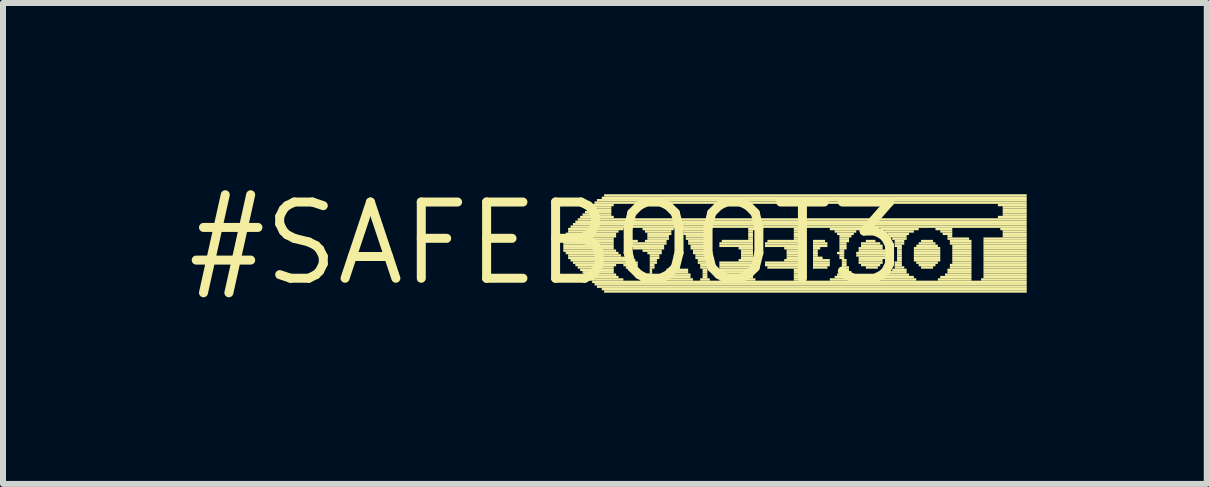
<source format=kicad_pcb>
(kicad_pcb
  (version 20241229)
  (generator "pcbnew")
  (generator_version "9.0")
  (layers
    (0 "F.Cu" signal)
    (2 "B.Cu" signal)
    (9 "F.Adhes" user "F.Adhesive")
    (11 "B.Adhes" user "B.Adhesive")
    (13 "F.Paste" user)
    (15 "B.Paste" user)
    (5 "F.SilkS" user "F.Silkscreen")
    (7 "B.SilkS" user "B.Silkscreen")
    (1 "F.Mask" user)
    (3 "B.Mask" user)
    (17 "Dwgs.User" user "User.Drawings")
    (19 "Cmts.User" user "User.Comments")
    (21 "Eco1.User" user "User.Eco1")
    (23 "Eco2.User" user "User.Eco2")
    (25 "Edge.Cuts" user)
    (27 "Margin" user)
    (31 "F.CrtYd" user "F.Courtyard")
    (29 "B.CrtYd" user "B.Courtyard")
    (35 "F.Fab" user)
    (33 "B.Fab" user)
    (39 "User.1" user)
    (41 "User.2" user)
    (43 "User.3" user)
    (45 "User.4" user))
  (footprint "#SAFEBOOT3"
    (layer "F.Cu")
    (at 6.055 1.006)
    (property "Reference" "#SAFEBOOT3" (at 0 0 0) (layer "F.SilkS") (effects (font (size 1.27 1.27) (thickness 0.15))))
    (attr through_hole)
    (fp_poly (pts (xy 0.28 -0.1) (xy 1.16 -0.1) (xy 1.16 -0.14) (xy 0.28 -0.14)) (stroke (width 0) (type solid)) (fill yes) (layer "F.SilkS"))
    (fp_poly (pts (xy 0.28 -0.06) (xy 1.12 -0.06) (xy 1.12 -0.1) (xy 0.28 -0.1)) (stroke (width 0) (type solid)) (fill yes) (layer "F.SilkS"))
    (fp_poly (pts (xy 0.28 -0.02) (xy 1.12 -0.02) (xy 1.12 -0.06) (xy 0.28 -0.06)) (stroke (width 0) (type solid)) (fill yes) (layer "F.SilkS"))
    (fp_poly (pts (xy 0.28 0.02) (xy 1.12 0.02) (xy 1.12 -0.02) (xy 0.28 -0.02)) (stroke (width 0) (type solid)) (fill yes) (layer "F.SilkS"))
    (fp_poly (pts (xy 0.28 0.06) (xy 1.12 0.06) (xy 1.12 0.02) (xy 0.28 0.02)) (stroke (width 0) (type solid)) (fill yes) (layer "F.SilkS"))
    (fp_poly (pts (xy 0.28 0.1) (xy 1.12 0.1) (xy 1.12 0.06) (xy 0.28 0.06)) (stroke (width 0) (type solid)) (fill yes) (layer "F.SilkS"))
    (fp_poly (pts (xy 0.28 0.14) (xy 1.16 0.14) (xy 1.16 0.1) (xy 0.28 0.1)) (stroke (width 0) (type solid)) (fill yes) (layer "F.SilkS"))
    (fp_poly (pts (xy 0.32 -0.14) (xy 1.16 -0.14) (xy 1.16 -0.18) (xy 0.32 -0.18)) (stroke (width 0) (type solid)) (fill yes) (layer "F.SilkS"))
    (fp_poly (pts (xy 0.32 0.18) (xy 1.2 0.18) (xy 1.2 0.14) (xy 0.32 0.14)) (stroke (width 0) (type solid)) (fill yes) (layer "F.SilkS"))
    (fp_poly (pts (xy 0.36 -0.22) (xy 1.28 -0.22) (xy 1.28 -0.26) (xy 0.36 -0.26)) (stroke (width 0) (type solid)) (fill yes) (layer "F.SilkS"))
    (fp_poly (pts (xy 0.36 -0.18) (xy 1.2 -0.18) (xy 1.2 -0.22) (xy 0.36 -0.22)) (stroke (width 0) (type solid)) (fill yes) (layer "F.SilkS"))
    (fp_poly (pts (xy 0.36 0.22) (xy 1.24 0.22) (xy 1.24 0.18) (xy 0.36 0.18)) (stroke (width 0) (type solid)) (fill yes) (layer "F.SilkS"))
    (fp_poly (pts (xy 0.36 0.26) (xy 1.32 0.26) (xy 1.32 0.22) (xy 0.36 0.22)) (stroke (width 0) (type solid)) (fill yes) (layer "F.SilkS"))
    (fp_poly (pts (xy 0.4 -0.26) (xy 8 -0.26) (xy 8 -0.3) (xy 0.4 -0.3)) (stroke (width 0) (type solid)) (fill yes) (layer "F.SilkS"))
    (fp_poly (pts (xy 0.4 0.3) (xy 1.48 0.3) (xy 1.48 0.26) (xy 0.4 0.26)) (stroke (width 0) (type solid)) (fill yes) (layer "F.SilkS"))
    (fp_poly (pts (xy 0.44 -0.3) (xy 8 -0.3) (xy 8 -0.34) (xy 0.44 -0.34)) (stroke (width 0) (type solid)) (fill yes) (layer "F.SilkS"))
    (fp_poly (pts (xy 0.44 0.34) (xy 1.52 0.34) (xy 1.52 0.3) (xy 0.44 0.3)) (stroke (width 0) (type solid)) (fill yes) (layer "F.SilkS"))
    (fp_poly (pts (xy 0.48 -0.34) (xy 8 -0.34) (xy 8 -0.38) (xy 0.48 -0.38)) (stroke (width 0) (type solid)) (fill yes) (layer "F.SilkS"))
    (fp_poly (pts (xy 0.48 0.38) (xy 1.16 0.38) (xy 1.16 0.34) (xy 0.48 0.34)) (stroke (width 0) (type solid)) (fill yes) (layer "F.SilkS"))
    (fp_poly (pts (xy 0.52 -0.38) (xy 8 -0.38) (xy 8 -0.42) (xy 0.52 -0.42)) (stroke (width 0) (type solid)) (fill yes) (layer "F.SilkS"))
    (fp_poly (pts (xy 0.52 0.42) (xy 1.12 0.42) (xy 1.12 0.38) (xy 0.52 0.38)) (stroke (width 0) (type solid)) (fill yes) (layer "F.SilkS"))
    (fp_poly (pts (xy 0.56 -0.42) (xy 1.12 -0.42) (xy 1.12 -0.46) (xy 0.56 -0.46)) (stroke (width 0) (type solid)) (fill yes) (layer "F.SilkS"))
    (fp_poly (pts (xy 0.56 0.46) (xy 1.12 0.46) (xy 1.12 0.42) (xy 0.56 0.42)) (stroke (width 0) (type solid)) (fill yes) (layer "F.SilkS"))
    (fp_poly (pts (xy 0.6 -0.46) (xy 1.08 -0.46) (xy 1.08 -0.5) (xy 0.6 -0.5)) (stroke (width 0) (type solid)) (fill yes) (layer "F.SilkS"))
    (fp_poly (pts (xy 0.6 0.5) (xy 1.12 0.5) (xy 1.12 0.46) (xy 0.6 0.46)) (stroke (width 0) (type solid)) (fill yes) (layer "F.SilkS"))
    (fp_poly (pts (xy 0.64 -0.5) (xy 1.08 -0.5) (xy 1.08 -0.54) (xy 0.64 -0.54)) (stroke (width 0) (type solid)) (fill yes) (layer "F.SilkS"))
    (fp_poly (pts (xy 0.64 0.54) (xy 1.16 0.54) (xy 1.16 0.5) (xy 0.64 0.5)) (stroke (width 0) (type solid)) (fill yes) (layer "F.SilkS"))
    (fp_poly (pts (xy 0.68 -0.54) (xy 1.08 -0.54) (xy 1.08 -0.58) (xy 0.68 -0.58)) (stroke (width 0) (type solid)) (fill yes) (layer "F.SilkS"))
    (fp_poly (pts (xy 0.68 0.58) (xy 1.2 0.58) (xy 1.2 0.54) (xy 0.68 0.54)) (stroke (width 0) (type solid)) (fill yes) (layer "F.SilkS"))
    (fp_poly (pts (xy 0.72 -0.58) (xy 1.08 -0.58) (xy 1.08 -0.62) (xy 0.72 -0.62)) (stroke (width 0) (type solid)) (fill yes) (layer "F.SilkS"))
    (fp_poly (pts (xy 0.72 0.62) (xy 1.28 0.62) (xy 1.28 0.58) (xy 0.72 0.58)) (stroke (width 0) (type solid)) (fill yes) (layer "F.SilkS"))
    (fp_poly (pts (xy 0.76 -0.62) (xy 1.12 -0.62) (xy 1.12 -0.66) (xy 0.76 -0.66)) (stroke (width 0) (type solid)) (fill yes) (layer "F.SilkS"))
    (fp_poly (pts (xy 0.76 0.66) (xy 8 0.66) (xy 8 0.62) (xy 0.76 0.62)) (stroke (width 0) (type solid)) (fill yes) (layer "F.SilkS"))
    (fp_poly (pts (xy 0.8 -0.66) (xy 8 -0.66) (xy 8 -0.7) (xy 0.8 -0.7)) (stroke (width 0) (type solid)) (fill yes) (layer "F.SilkS"))
    (fp_poly (pts (xy 0.8 0.7) (xy 8 0.7) (xy 8 0.66) (xy 0.8 0.66)) (stroke (width 0) (type solid)) (fill yes) (layer "F.SilkS"))
    (fp_poly (pts (xy 0.84 -0.7) (xy 8 -0.7) (xy 8 -0.74) (xy 0.84 -0.74)) (stroke (width 0) (type solid)) (fill yes) (layer "F.SilkS"))
    (fp_poly (pts (xy 0.84 0.74) (xy 8 0.74) (xy 8 0.7) (xy 0.84 0.7)) (stroke (width 0) (type solid)) (fill yes) (layer "F.SilkS"))
    (fp_poly (pts (xy 0.92 -0.74) (xy 8 -0.74) (xy 8 -0.78) (xy 0.92 -0.78)) (stroke (width 0) (type solid)) (fill yes) (layer "F.SilkS"))
    (fp_poly (pts (xy 0.92 0.78) (xy 8 0.78) (xy 8 0.74) (xy 0.92 0.74)) (stroke (width 0) (type solid)) (fill yes) (layer "F.SilkS"))
    (fp_poly (pts (xy 0.96 -0.78) (xy 8 -0.78) (xy 8 -0.82) (xy 0.96 -0.82)) (stroke (width 0) (type solid)) (fill yes) (layer "F.SilkS"))
    (fp_poly (pts (xy 0.96 0.82) (xy 8 0.82) (xy 8 0.78) (xy 0.96 0.78)) (stroke (width 0) (type solid)) (fill yes) (layer "F.SilkS"))
    (fp_poly (pts (xy 1.28 0.38) (xy 1.52 0.38) (xy 1.52 0.34) (xy 1.28 0.34)) (stroke (width 0) (type solid)) (fill yes) (layer "F.SilkS"))
    (fp_poly (pts (xy 1.32 -0.02) (xy 1.52 -0.02) (xy 1.52 -0.06) (xy 1.32 -0.06)) (stroke (width 0) (type solid)) (fill yes) (layer "F.SilkS"))
    (fp_poly (pts (xy 1.32 0.02) (xy 2 0.02) (xy 2 -0.02) (xy 1.32 -0.02)) (stroke (width 0) (type solid)) (fill yes) (layer "F.SilkS"))
    (fp_poly (pts (xy 1.32 0.42) (xy 1.52 0.42) (xy 1.52 0.38) (xy 1.32 0.38)) (stroke (width 0) (type solid)) (fill yes) (layer "F.SilkS"))
    (fp_poly (pts (xy 1.36 0.06) (xy 1.96 0.06) (xy 1.96 0.02) (xy 1.36 0.02)) (stroke (width 0) (type solid)) (fill yes) (layer "F.SilkS"))
    (fp_poly (pts (xy 1.44 0.1) (xy 1.96 0.1) (xy 1.96 0.06) (xy 1.44 0.06)) (stroke (width 0) (type solid)) (fill yes) (layer "F.SilkS"))
    (fp_poly (pts (xy 1.56 0.62) (xy 1.8 0.62) (xy 1.8 0.58) (xy 1.56 0.58)) (stroke (width 0) (type solid)) (fill yes) (layer "F.SilkS"))
    (fp_poly (pts (xy 1.6 -0.22) (xy 2.12 -0.22) (xy 2.12 -0.26) (xy 1.6 -0.26)) (stroke (width 0) (type solid)) (fill yes) (layer "F.SilkS"))
    (fp_poly (pts (xy 1.6 0.14) (xy 1.92 0.14) (xy 1.92 0.1) (xy 1.6 0.1)) (stroke (width 0) (type solid)) (fill yes) (layer "F.SilkS"))
    (fp_poly (pts (xy 1.64 -0.18) (xy 2.08 -0.18) (xy 2.08 -0.22) (xy 1.64 -0.22)) (stroke (width 0) (type solid)) (fill yes) (layer "F.SilkS"))
    (fp_poly (pts (xy 1.64 -0.02) (xy 2 -0.02) (xy 2 -0.06) (xy 1.64 -0.06)) (stroke (width 0) (type solid)) (fill yes) (layer "F.SilkS"))
    (fp_poly (pts (xy 1.64 0.58) (xy 1.76 0.58) (xy 1.76 0.54) (xy 1.64 0.54)) (stroke (width 0) (type solid)) (fill yes) (layer "F.SilkS"))
    (fp_poly (pts (xy 1.68 -0.14) (xy 2.08 -0.14) (xy 2.08 -0.18) (xy 1.68 -0.18)) (stroke (width 0) (type solid)) (fill yes) (layer "F.SilkS"))
    (fp_poly (pts (xy 1.68 -0.1) (xy 2.04 -0.1) (xy 2.04 -0.14) (xy 1.68 -0.14)) (stroke (width 0) (type solid)) (fill yes) (layer "F.SilkS"))
    (fp_poly (pts (xy 1.68 -0.06) (xy 2.04 -0.06) (xy 2.04 -0.1) (xy 1.68 -0.1)) (stroke (width 0) (type solid)) (fill yes) (layer "F.SilkS"))
    (fp_poly (pts (xy 1.68 0.18) (xy 1.92 0.18) (xy 1.92 0.14) (xy 1.68 0.14)) (stroke (width 0) (type solid)) (fill yes) (layer "F.SilkS"))
    (fp_poly (pts (xy 1.68 0.54) (xy 1.76 0.54) (xy 1.76 0.5) (xy 1.68 0.5)) (stroke (width 0) (type solid)) (fill yes) (layer "F.SilkS"))
    (fp_poly (pts (xy 1.72 0.22) (xy 1.88 0.22) (xy 1.88 0.18) (xy 1.72 0.18)) (stroke (width 0) (type solid)) (fill yes) (layer "F.SilkS"))
    (fp_poly (pts (xy 1.72 0.26) (xy 1.88 0.26) (xy 1.88 0.22) (xy 1.72 0.22)) (stroke (width 0) (type solid)) (fill yes) (layer "F.SilkS"))
    (fp_poly (pts (xy 1.72 0.3) (xy 1.84 0.3) (xy 1.84 0.26) (xy 1.72 0.26)) (stroke (width 0) (type solid)) (fill yes) (layer "F.SilkS"))
    (fp_poly (pts (xy 1.72 0.34) (xy 1.84 0.34) (xy 1.84 0.3) (xy 1.72 0.3)) (stroke (width 0) (type solid)) (fill yes) (layer "F.SilkS"))
    (fp_poly (pts (xy 1.72 0.38) (xy 1.8 0.38) (xy 1.8 0.34) (xy 1.72 0.34)) (stroke (width 0) (type solid)) (fill yes) (layer "F.SilkS"))
    (fp_poly (pts (xy 1.72 0.42) (xy 1.8 0.42) (xy 1.8 0.38) (xy 1.72 0.38)) (stroke (width 0) (type solid)) (fill yes) (layer "F.SilkS"))
    (fp_poly (pts (xy 1.72 0.46) (xy 1.76 0.46) (xy 1.76 0.42) (xy 1.72 0.42)) (stroke (width 0) (type solid)) (fill yes) (layer "F.SilkS"))
    (fp_poly (pts (xy 1.72 0.5) (xy 1.76 0.5) (xy 1.76 0.46) (xy 1.72 0.46)) (stroke (width 0) (type solid)) (fill yes) (layer "F.SilkS"))
    (fp_poly (pts (xy 1.92 0.62) (xy 2.44 0.62) (xy 2.44 0.58) (xy 1.92 0.58)) (stroke (width 0) (type solid)) (fill yes) (layer "F.SilkS"))
    (fp_poly (pts (xy 1.96 0.54) (xy 2.4 0.54) (xy 2.4 0.5) (xy 1.96 0.5)) (stroke (width 0) (type solid)) (fill yes) (layer "F.SilkS"))
    (fp_poly (pts (xy 1.96 0.58) (xy 2.4 0.58) (xy 2.4 0.54) (xy 1.96 0.54)) (stroke (width 0) (type solid)) (fill yes) (layer "F.SilkS"))
    (fp_poly (pts (xy 2 0.46) (xy 2.36 0.46) (xy 2.36 0.42) (xy 2 0.42)) (stroke (width 0) (type solid)) (fill yes) (layer "F.SilkS"))
    (fp_poly (pts (xy 2 0.5) (xy 2.36 0.5) (xy 2.36 0.46) (xy 2 0.46)) (stroke (width 0) (type solid)) (fill yes) (layer "F.SilkS"))
    (fp_poly (pts (xy 2.12 0.22) (xy 2.24 0.22) (xy 2.24 0.18) (xy 2.12 0.18)) (stroke (width 0) (type solid)) (fill yes) (layer "F.SilkS"))
    (fp_poly (pts (xy 2.12 0.26) (xy 2.24 0.26) (xy 2.24 0.22) (xy 2.12 0.22)) (stroke (width 0) (type solid)) (fill yes) (layer "F.SilkS"))
    (fp_poly (pts (xy 2.16 0.14) (xy 2.2 0.14) (xy 2.2 0.1) (xy 2.16 0.1)) (stroke (width 0) (type solid)) (fill yes) (layer "F.SilkS"))
    (fp_poly (pts (xy 2.16 0.18) (xy 2.2 0.18) (xy 2.2 0.14) (xy 2.16 0.14)) (stroke (width 0) (type solid)) (fill yes) (layer "F.SilkS"))
    (fp_poly (pts (xy 2.24 -0.22) (xy 2.72 -0.22) (xy 2.72 -0.26) (xy 2.24 -0.26)) (stroke (width 0) (type solid)) (fill yes) (layer "F.SilkS"))
    (fp_poly (pts (xy 2.28 -0.18) (xy 2.68 -0.18) (xy 2.68 -0.22) (xy 2.28 -0.22)) (stroke (width 0) (type solid)) (fill yes) (layer "F.SilkS"))
    (fp_poly (pts (xy 2.28 -0.14) (xy 2.68 -0.14) (xy 2.68 -0.18) (xy 2.28 -0.18)) (stroke (width 0) (type solid)) (fill yes) (layer "F.SilkS"))
    (fp_poly (pts (xy 2.32 -0.1) (xy 2.68 -0.1) (xy 2.68 -0.14) (xy 2.32 -0.14)) (stroke (width 0) (type solid)) (fill yes) (layer "F.SilkS"))
    (fp_poly (pts (xy 2.32 -0.06) (xy 2.68 -0.06) (xy 2.68 -0.1) (xy 2.32 -0.1)) (stroke (width 0) (type solid)) (fill yes) (layer "F.SilkS"))
    (fp_poly (pts (xy 2.36 -0.02) (xy 2.68 -0.02) (xy 2.68 -0.06) (xy 2.36 -0.06)) (stroke (width 0) (type solid)) (fill yes) (layer "F.SilkS"))
    (fp_poly (pts (xy 2.36 0.02) (xy 2.68 0.02) (xy 2.68 -0.02) (xy 2.36 -0.02)) (stroke (width 0) (type solid)) (fill yes) (layer "F.SilkS"))
    (fp_poly (pts (xy 2.4 0.06) (xy 2.68 0.06) (xy 2.68 0.02) (xy 2.4 0.02)) (stroke (width 0) (type solid)) (fill yes) (layer "F.SilkS"))
    (fp_poly (pts (xy 2.4 0.1) (xy 2.68 0.1) (xy 2.68 0.06) (xy 2.4 0.06)) (stroke (width 0) (type solid)) (fill yes) (layer "F.SilkS"))
    (fp_poly (pts (xy 2.44 0.14) (xy 2.68 0.14) (xy 2.68 0.1) (xy 2.44 0.1)) (stroke (width 0) (type solid)) (fill yes) (layer "F.SilkS"))
    (fp_poly (pts (xy 2.44 0.18) (xy 2.68 0.18) (xy 2.68 0.14) (xy 2.44 0.14)) (stroke (width 0) (type solid)) (fill yes) (layer "F.SilkS"))
    (fp_poly (pts (xy 2.48 0.22) (xy 2.68 0.22) (xy 2.68 0.18) (xy 2.48 0.18)) (stroke (width 0) (type solid)) (fill yes) (layer "F.SilkS"))
    (fp_poly (pts (xy 2.48 0.26) (xy 2.68 0.26) (xy 2.68 0.22) (xy 2.48 0.22)) (stroke (width 0) (type solid)) (fill yes) (layer "F.SilkS"))
    (fp_poly (pts (xy 2.52 0.3) (xy 2.68 0.3) (xy 2.68 0.26) (xy 2.52 0.26)) (stroke (width 0) (type solid)) (fill yes) (layer "F.SilkS"))
    (fp_poly (pts (xy 2.52 0.34) (xy 2.68 0.34) (xy 2.68 0.3) (xy 2.52 0.3)) (stroke (width 0) (type solid)) (fill yes) (layer "F.SilkS"))
    (fp_poly (pts (xy 2.56 0.38) (xy 2.68 0.38) (xy 2.68 0.34) (xy 2.56 0.34)) (stroke (width 0) (type solid)) (fill yes) (layer "F.SilkS"))
    (fp_poly (pts (xy 2.56 0.42) (xy 2.68 0.42) (xy 2.68 0.38) (xy 2.56 0.38)) (stroke (width 0) (type solid)) (fill yes) (layer "F.SilkS"))
    (fp_poly (pts (xy 2.56 0.62) (xy 2.72 0.62) (xy 2.72 0.58) (xy 2.56 0.58)) (stroke (width 0) (type solid)) (fill yes) (layer "F.SilkS"))
    (fp_poly (pts (xy 2.6 0.46) (xy 2.68 0.46) (xy 2.68 0.42) (xy 2.6 0.42)) (stroke (width 0) (type solid)) (fill yes) (layer "F.SilkS"))
    (fp_poly (pts (xy 2.6 0.5) (xy 2.68 0.5) (xy 2.68 0.46) (xy 2.6 0.46)) (stroke (width 0) (type solid)) (fill yes) (layer "F.SilkS"))
    (fp_poly (pts (xy 2.6 0.54) (xy 2.68 0.54) (xy 2.68 0.5) (xy 2.6 0.5)) (stroke (width 0) (type solid)) (fill yes) (layer "F.SilkS"))
    (fp_poly (pts (xy 2.6 0.58) (xy 2.68 0.58) (xy 2.68 0.54) (xy 2.6 0.54)) (stroke (width 0) (type solid)) (fill yes) (layer "F.SilkS"))
    (fp_poly (pts (xy 2.88 0.02) (xy 3.44 0.02) (xy 3.44 -0.02) (xy 2.88 -0.02)) (stroke (width 0) (type solid)) (fill yes) (layer "F.SilkS"))
    (fp_poly (pts (xy 2.88 0.06) (xy 3.44 0.06) (xy 3.44 0.02) (xy 2.88 0.02)) (stroke (width 0) (type solid)) (fill yes) (layer "F.SilkS"))
    (fp_poly (pts (xy 2.88 0.34) (xy 3.44 0.34) (xy 3.44 0.3) (xy 2.88 0.3)) (stroke (width 0) (type solid)) (fill yes) (layer "F.SilkS"))
    (fp_poly (pts (xy 2.88 0.38) (xy 3.44 0.38) (xy 3.44 0.34) (xy 2.88 0.34)) (stroke (width 0) (type solid)) (fill yes) (layer "F.SilkS"))
    (fp_poly (pts (xy 2.88 0.42) (xy 3.44 0.42) (xy 3.44 0.38) (xy 2.88 0.38)) (stroke (width 0) (type solid)) (fill yes) (layer "F.SilkS"))
    (fp_poly (pts (xy 2.88 0.46) (xy 3.44 0.46) (xy 3.44 0.42) (xy 2.88 0.42)) (stroke (width 0) (type solid)) (fill yes) (layer "F.SilkS"))
    (fp_poly (pts (xy 2.88 0.5) (xy 3.44 0.5) (xy 3.44 0.46) (xy 2.88 0.46)) (stroke (width 0) (type solid)) (fill yes) (layer "F.SilkS"))
    (fp_poly (pts (xy 2.88 0.54) (xy 3.44 0.54) (xy 3.44 0.5) (xy 2.88 0.5)) (stroke (width 0) (type solid)) (fill yes) (layer "F.SilkS"))
    (fp_poly (pts (xy 2.88 0.58) (xy 3.44 0.58) (xy 3.44 0.54) (xy 2.88 0.54)) (stroke (width 0) (type solid)) (fill yes) (layer "F.SilkS"))
    (fp_poly (pts (xy 2.88 0.62) (xy 3.48 0.62) (xy 3.48 0.58) (xy 2.88 0.58)) (stroke (width 0) (type solid)) (fill yes) (layer "F.SilkS"))
    (fp_poly (pts (xy 2.92 -0.02) (xy 3.44 -0.02) (xy 3.44 -0.06) (xy 2.92 -0.06)) (stroke (width 0) (type solid)) (fill yes) (layer "F.SilkS"))
    (fp_poly (pts (xy 3.2 0.1) (xy 3.44 0.1) (xy 3.44 0.06) (xy 3.2 0.06)) (stroke (width 0) (type solid)) (fill yes) (layer "F.SilkS"))
    (fp_poly (pts (xy 3.2 0.3) (xy 3.44 0.3) (xy 3.44 0.26) (xy 3.2 0.26)) (stroke (width 0) (type solid)) (fill yes) (layer "F.SilkS"))
    (fp_poly (pts (xy 3.24 0.14) (xy 3.44 0.14) (xy 3.44 0.1) (xy 3.24 0.1)) (stroke (width 0) (type solid)) (fill yes) (layer "F.SilkS"))
    (fp_poly (pts (xy 3.24 0.18) (xy 3.44 0.18) (xy 3.44 0.14) (xy 3.24 0.14)) (stroke (width 0) (type solid)) (fill yes) (layer "F.SilkS"))
    (fp_poly (pts (xy 3.24 0.22) (xy 3.44 0.22) (xy 3.44 0.18) (xy 3.24 0.18)) (stroke (width 0) (type solid)) (fill yes) (layer "F.SilkS"))
    (fp_poly (pts (xy 3.24 0.26) (xy 3.44 0.26) (xy 3.44 0.22) (xy 3.24 0.22)) (stroke (width 0) (type solid)) (fill yes) (layer "F.SilkS"))
    (fp_poly (pts (xy 3.36 -0.22) (xy 3.48 -0.22) (xy 3.48 -0.26) (xy 3.36 -0.26)) (stroke (width 0) (type solid)) (fill yes) (layer "F.SilkS"))
    (fp_poly (pts (xy 3.36 -0.18) (xy 3.44 -0.18) (xy 3.44 -0.22) (xy 3.36 -0.22)) (stroke (width 0) (type solid)) (fill yes) (layer "F.SilkS"))
    (fp_poly (pts (xy 3.36 -0.14) (xy 3.44 -0.14) (xy 3.44 -0.18) (xy 3.36 -0.18)) (stroke (width 0) (type solid)) (fill yes) (layer "F.SilkS"))
    (fp_poly (pts (xy 3.36 -0.1) (xy 3.44 -0.1) (xy 3.44 -0.14) (xy 3.36 -0.14)) (stroke (width 0) (type solid)) (fill yes) (layer "F.SilkS"))
    (fp_poly (pts (xy 3.36 -0.06) (xy 3.44 -0.06) (xy 3.44 -0.1) (xy 3.36 -0.1)) (stroke (width 0) (type solid)) (fill yes) (layer "F.SilkS"))
    (fp_poly (pts (xy 3.64 0.02) (xy 4.24 0.02) (xy 4.24 -0.02) (xy 3.64 -0.02)) (stroke (width 0) (type solid)) (fill yes) (layer "F.SilkS"))
    (fp_poly (pts (xy 3.64 0.06) (xy 4.24 0.06) (xy 4.24 0.02) (xy 3.64 0.02)) (stroke (width 0) (type solid)) (fill yes) (layer "F.SilkS"))
    (fp_poly (pts (xy 3.64 0.34) (xy 4.24 0.34) (xy 4.24 0.3) (xy 3.64 0.3)) (stroke (width 0) (type solid)) (fill yes) (layer "F.SilkS"))
    (fp_poly (pts (xy 3.64 0.38) (xy 4.24 0.38) (xy 4.24 0.34) (xy 3.64 0.34)) (stroke (width 0) (type solid)) (fill yes) (layer "F.SilkS"))
    (fp_poly (pts (xy 3.68 -0.02) (xy 4.24 -0.02) (xy 4.24 -0.06) (xy 3.68 -0.06)) (stroke (width 0) (type solid)) (fill yes) (layer "F.SilkS"))
    (fp_poly (pts (xy 3.68 0.42) (xy 4.24 0.42) (xy 4.24 0.38) (xy 3.68 0.38)) (stroke (width 0) (type solid)) (fill yes) (layer "F.SilkS"))
    (fp_poly (pts (xy 3.96 0.1) (xy 4.24 0.1) (xy 4.24 0.06) (xy 3.96 0.06)) (stroke (width 0) (type solid)) (fill yes) (layer "F.SilkS"))
    (fp_poly (pts (xy 3.96 0.3) (xy 4.24 0.3) (xy 4.24 0.26) (xy 3.96 0.26)) (stroke (width 0) (type solid)) (fill yes) (layer "F.SilkS"))
    (fp_poly (pts (xy 4 0.14) (xy 4.24 0.14) (xy 4.24 0.1) (xy 4 0.1)) (stroke (width 0) (type solid)) (fill yes) (layer "F.SilkS"))
    (fp_poly (pts (xy 4 0.18) (xy 4.24 0.18) (xy 4.24 0.14) (xy 4 0.14)) (stroke (width 0) (type solid)) (fill yes) (layer "F.SilkS"))
    (fp_poly (pts (xy 4 0.22) (xy 4.24 0.22) (xy 4.24 0.18) (xy 4 0.18)) (stroke (width 0) (type solid)) (fill yes) (layer "F.SilkS"))
    (fp_poly (pts (xy 4 0.26) (xy 4.24 0.26) (xy 4.24 0.22) (xy 4 0.22)) (stroke (width 0) (type solid)) (fill yes) (layer "F.SilkS"))
    (fp_poly (pts (xy 4.12 -0.22) (xy 4.24 -0.22) (xy 4.24 -0.26) (xy 4.12 -0.26)) (stroke (width 0) (type solid)) (fill yes) (layer "F.SilkS"))
    (fp_poly (pts (xy 4.12 -0.18) (xy 4.24 -0.18) (xy 4.24 -0.22) (xy 4.12 -0.22)) (stroke (width 0) (type solid)) (fill yes) (layer "F.SilkS"))
    (fp_poly (pts (xy 4.12 -0.14) (xy 4.24 -0.14) (xy 4.24 -0.18) (xy 4.12 -0.18)) (stroke (width 0) (type solid)) (fill yes) (layer "F.SilkS"))
    (fp_poly (pts (xy 4.12 -0.1) (xy 4.24 -0.1) (xy 4.24 -0.14) (xy 4.12 -0.14)) (stroke (width 0) (type solid)) (fill yes) (layer "F.SilkS"))
    (fp_poly (pts (xy 4.12 -0.06) (xy 4.24 -0.06) (xy 4.24 -0.1) (xy 4.12 -0.1)) (stroke (width 0) (type solid)) (fill yes) (layer "F.SilkS"))
    (fp_poly (pts (xy 4.12 0.46) (xy 4.24 0.46) (xy 4.24 0.42) (xy 4.12 0.42)) (stroke (width 0) (type solid)) (fill yes) (layer "F.SilkS"))
    (fp_poly (pts (xy 4.12 0.5) (xy 4.24 0.5) (xy 4.24 0.46) (xy 4.12 0.46)) (stroke (width 0) (type solid)) (fill yes) (layer "F.SilkS"))
    (fp_poly (pts (xy 4.12 0.54) (xy 4.24 0.54) (xy 4.24 0.5) (xy 4.12 0.5)) (stroke (width 0) (type solid)) (fill yes) (layer "F.SilkS"))
    (fp_poly (pts (xy 4.12 0.58) (xy 4.24 0.58) (xy 4.24 0.54) (xy 4.12 0.54)) (stroke (width 0) (type solid)) (fill yes) (layer "F.SilkS"))
    (fp_poly (pts (xy 4.12 0.62) (xy 4.24 0.62) (xy 4.24 0.58) (xy 4.12 0.58)) (stroke (width 0) (type solid)) (fill yes) (layer "F.SilkS"))
    (fp_poly (pts (xy 4.44 -0.02) (xy 4.64 -0.02) (xy 4.64 -0.06) (xy 4.44 -0.06)) (stroke (width 0) (type solid)) (fill yes) (layer "F.SilkS"))
    (fp_poly (pts (xy 4.44 0.02) (xy 4.68 0.02) (xy 4.68 -0.02) (xy 4.44 -0.02)) (stroke (width 0) (type solid)) (fill yes) (layer "F.SilkS"))
    (fp_poly (pts (xy 4.44 0.06) (xy 4.68 0.06) (xy 4.68 0.02) (xy 4.44 0.02)) (stroke (width 0) (type solid)) (fill yes) (layer "F.SilkS"))
    (fp_poly (pts (xy 4.44 0.1) (xy 4.56 0.1) (xy 4.56 0.06) (xy 4.44 0.06)) (stroke (width 0) (type solid)) (fill yes) (layer "F.SilkS"))
    (fp_poly (pts (xy 4.44 0.14) (xy 4.52 0.14) (xy 4.52 0.1) (xy 4.44 0.1)) (stroke (width 0) (type solid)) (fill yes) (layer "F.SilkS"))
    (fp_poly (pts (xy 4.44 0.18) (xy 4.52 0.18) (xy 4.52 0.14) (xy 4.44 0.14)) (stroke (width 0) (type solid)) (fill yes) (layer "F.SilkS"))
    (fp_poly (pts (xy 4.44 0.22) (xy 4.52 0.22) (xy 4.52 0.18) (xy 4.44 0.18)) (stroke (width 0) (type solid)) (fill yes) (layer "F.SilkS"))
    (fp_poly (pts (xy 4.44 0.26) (xy 4.6 0.26) (xy 4.6 0.22) (xy 4.44 0.22)) (stroke (width 0) (type solid)) (fill yes) (layer "F.SilkS"))
    (fp_poly (pts (xy 4.44 0.3) (xy 4.72 0.3) (xy 4.72 0.26) (xy 4.44 0.26)) (stroke (width 0) (type solid)) (fill yes) (layer "F.SilkS"))
    (fp_poly (pts (xy 4.44 0.34) (xy 4.72 0.34) (xy 4.72 0.3) (xy 4.44 0.3)) (stroke (width 0) (type solid)) (fill yes) (layer "F.SilkS"))
    (fp_poly (pts (xy 4.44 0.38) (xy 4.72 0.38) (xy 4.72 0.34) (xy 4.44 0.34)) (stroke (width 0) (type solid)) (fill yes) (layer "F.SilkS"))
    (fp_poly (pts (xy 4.44 0.42) (xy 4.68 0.42) (xy 4.68 0.38) (xy 4.44 0.38)) (stroke (width 0) (type solid)) (fill yes) (layer "F.SilkS"))
    (fp_poly (pts (xy 4.72 -0.22) (xy 5.24 -0.22) (xy 5.24 -0.26) (xy 4.72 -0.26)) (stroke (width 0) (type solid)) (fill yes) (layer "F.SilkS"))
    (fp_poly (pts (xy 4.72 0.62) (xy 5.24 0.62) (xy 5.24 0.58) (xy 4.72 0.58)) (stroke (width 0) (type solid)) (fill yes) (layer "F.SilkS"))
    (fp_poly (pts (xy 4.8 -0.18) (xy 5.16 -0.18) (xy 5.16 -0.22) (xy 4.8 -0.22)) (stroke (width 0) (type solid)) (fill yes) (layer "F.SilkS"))
    (fp_poly (pts (xy 4.8 0.58) (xy 5.16 0.58) (xy 5.16 0.54) (xy 4.8 0.54)) (stroke (width 0) (type solid)) (fill yes) (layer "F.SilkS"))
    (fp_poly (pts (xy 4.84 -0.14) (xy 5.12 -0.14) (xy 5.12 -0.18) (xy 4.84 -0.18)) (stroke (width 0) (type solid)) (fill yes) (layer "F.SilkS"))
    (fp_poly (pts (xy 4.84 0.18) (xy 4.96 0.18) (xy 4.96 0.14) (xy 4.84 0.14)) (stroke (width 0) (type solid)) (fill yes) (layer "F.SilkS"))
    (fp_poly (pts (xy 4.84 0.54) (xy 5.12 0.54) (xy 5.12 0.5) (xy 4.84 0.5)) (stroke (width 0) (type solid)) (fill yes) (layer "F.SilkS"))
    (fp_poly (pts (xy 4.88 -0.1) (xy 5.08 -0.1) (xy 5.08 -0.14) (xy 4.88 -0.14)) (stroke (width 0) (type solid)) (fill yes) (layer "F.SilkS"))
    (fp_poly (pts (xy 4.88 -0.06) (xy 5.04 -0.06) (xy 5.04 -0.1) (xy 4.88 -0.1)) (stroke (width 0) (type solid)) (fill yes) (layer "F.SilkS"))
    (fp_poly (pts (xy 4.88 -0.02) (xy 5.04 -0.02) (xy 5.04 -0.06) (xy 4.88 -0.06)) (stroke (width 0) (type solid)) (fill yes) (layer "F.SilkS"))
    (fp_poly (pts (xy 4.88 0.02) (xy 5 0.02) (xy 5 -0.02) (xy 4.88 -0.02)) (stroke (width 0) (type solid)) (fill yes) (layer "F.SilkS"))
    (fp_poly (pts (xy 4.88 0.06) (xy 5 0.06) (xy 5 0.02) (xy 4.88 0.02)) (stroke (width 0) (type solid)) (fill yes) (layer "F.SilkS"))
    (fp_poly (pts (xy 4.88 0.1) (xy 5 0.1) (xy 5 0.06) (xy 4.88 0.06)) (stroke (width 0) (type solid)) (fill yes) (layer "F.SilkS"))
    (fp_poly (pts (xy 4.88 0.14) (xy 4.96 0.14) (xy 4.96 0.1) (xy 4.88 0.1)) (stroke (width 0) (type solid)) (fill yes) (layer "F.SilkS"))
    (fp_poly (pts (xy 4.88 0.22) (xy 4.96 0.22) (xy 4.96 0.18) (xy 4.88 0.18)) (stroke (width 0) (type solid)) (fill yes) (layer "F.SilkS"))
    (fp_poly (pts (xy 4.88 0.26) (xy 4.96 0.26) (xy 4.96 0.22) (xy 4.88 0.22)) (stroke (width 0) (type solid)) (fill yes) (layer "F.SilkS"))
    (fp_poly (pts (xy 4.88 0.46) (xy 5.04 0.46) (xy 5.04 0.42) (xy 4.88 0.42)) (stroke (width 0) (type solid)) (fill yes) (layer "F.SilkS"))
    (fp_poly (pts (xy 4.88 0.5) (xy 5.08 0.5) (xy 5.08 0.46) (xy 4.88 0.46)) (stroke (width 0) (type solid)) (fill yes) (layer "F.SilkS"))
    (fp_poly (pts (xy 4.92 0.3) (xy 5 0.3) (xy 5 0.26) (xy 4.92 0.26)) (stroke (width 0) (type solid)) (fill yes) (layer "F.SilkS"))
    (fp_poly (pts (xy 4.92 0.34) (xy 5 0.34) (xy 5 0.3) (xy 4.92 0.3)) (stroke (width 0) (type solid)) (fill yes) (layer "F.SilkS"))
    (fp_poly (pts (xy 4.92 0.38) (xy 5 0.38) (xy 5 0.34) (xy 4.92 0.34)) (stroke (width 0) (type solid)) (fill yes) (layer "F.SilkS"))
    (fp_poly (pts (xy 4.92 0.42) (xy 5.04 0.42) (xy 5.04 0.38) (xy 4.92 0.38)) (stroke (width 0) (type solid)) (fill yes) (layer "F.SilkS"))
    (fp_poly (pts (xy 5.16 0.18) (xy 5.64 0.18) (xy 5.64 0.14) (xy 5.16 0.14)) (stroke (width 0) (type solid)) (fill yes) (layer "F.SilkS"))
    (fp_poly (pts (xy 5.16 0.22) (xy 5.64 0.22) (xy 5.64 0.18) (xy 5.16 0.18)) (stroke (width 0) (type solid)) (fill yes) (layer "F.SilkS"))
    (fp_poly (pts (xy 5.2 0.1) (xy 5.6 0.1) (xy 5.6 0.06) (xy 5.2 0.06)) (stroke (width 0) (type solid)) (fill yes) (layer "F.SilkS"))
    (fp_poly (pts (xy 5.2 0.14) (xy 5.64 0.14) (xy 5.64 0.1) (xy 5.2 0.1)) (stroke (width 0) (type solid)) (fill yes) (layer "F.SilkS"))
    (fp_poly (pts (xy 5.2 0.26) (xy 5.64 0.26) (xy 5.64 0.22) (xy 5.2 0.22)) (stroke (width 0) (type solid)) (fill yes) (layer "F.SilkS"))
    (fp_poly (pts (xy 5.2 0.3) (xy 5.6 0.3) (xy 5.6 0.26) (xy 5.2 0.26)) (stroke (width 0) (type solid)) (fill yes) (layer "F.SilkS"))
    (fp_poly (pts (xy 5.2 0.34) (xy 5.6 0.34) (xy 5.6 0.3) (xy 5.2 0.3)) (stroke (width 0) (type solid)) (fill yes) (layer "F.SilkS"))
    (fp_poly (pts (xy 5.24 0.02) (xy 5.56 0.02) (xy 5.56 -0.02) (xy 5.24 -0.02)) (stroke (width 0) (type solid)) (fill yes) (layer "F.SilkS"))
    (fp_poly (pts (xy 5.24 0.06) (xy 5.6 0.06) (xy 5.6 0.02) (xy 5.24 0.02)) (stroke (width 0) (type solid)) (fill yes) (layer "F.SilkS"))
    (fp_poly (pts (xy 5.24 0.38) (xy 5.56 0.38) (xy 5.56 0.34) (xy 5.24 0.34)) (stroke (width 0) (type solid)) (fill yes) (layer "F.SilkS"))
    (fp_poly (pts (xy 5.32 -0.02) (xy 5.48 -0.02) (xy 5.48 -0.06) (xy 5.32 -0.06)) (stroke (width 0) (type solid)) (fill yes) (layer "F.SilkS"))
    (fp_poly (pts (xy 5.32 0.42) (xy 5.52 0.42) (xy 5.52 0.38) (xy 5.32 0.38)) (stroke (width 0) (type solid)) (fill yes) (layer "F.SilkS"))
    (fp_poly (pts (xy 5.56 -0.22) (xy 6.2 -0.22) (xy 6.2 -0.26) (xy 5.56 -0.26)) (stroke (width 0) (type solid)) (fill yes) (layer "F.SilkS"))
    (fp_poly (pts (xy 5.56 0.62) (xy 6.16 0.62) (xy 6.16 0.58) (xy 5.56 0.58)) (stroke (width 0) (type solid)) (fill yes) (layer "F.SilkS"))
    (fp_poly (pts (xy 5.64 -0.18) (xy 6.12 -0.18) (xy 6.12 -0.22) (xy 5.64 -0.22)) (stroke (width 0) (type solid)) (fill yes) (layer "F.SilkS"))
    (fp_poly (pts (xy 5.64 0.58) (xy 6.12 0.58) (xy 6.12 0.54) (xy 5.64 0.54)) (stroke (width 0) (type solid)) (fill yes) (layer "F.SilkS"))
    (fp_poly (pts (xy 5.68 -0.14) (xy 6.04 -0.14) (xy 6.04 -0.18) (xy 5.68 -0.18)) (stroke (width 0) (type solid)) (fill yes) (layer "F.SilkS"))
    (fp_poly (pts (xy 5.68 0.54) (xy 6.04 0.54) (xy 6.04 0.5) (xy 5.68 0.5)) (stroke (width 0) (type solid)) (fill yes) (layer "F.SilkS"))
    (fp_poly (pts (xy 5.72 -0.1) (xy 6 -0.1) (xy 6 -0.14) (xy 5.72 -0.14)) (stroke (width 0) (type solid)) (fill yes) (layer "F.SilkS"))
    (fp_poly (pts (xy 5.72 0.5) (xy 6 0.5) (xy 6 0.46) (xy 5.72 0.46)) (stroke (width 0) (type solid)) (fill yes) (layer "F.SilkS"))
    (fp_poly (pts (xy 5.76 -0.06) (xy 6 -0.06) (xy 6 -0.1) (xy 5.76 -0.1)) (stroke (width 0) (type solid)) (fill yes) (layer "F.SilkS"))
    (fp_poly (pts (xy 5.76 0.46) (xy 6 0.46) (xy 6 0.42) (xy 5.76 0.42)) (stroke (width 0) (type solid)) (fill yes) (layer "F.SilkS"))
    (fp_poly (pts (xy 5.8 -0.02) (xy 5.96 -0.02) (xy 5.96 -0.06) (xy 5.8 -0.06)) (stroke (width 0) (type solid)) (fill yes) (layer "F.SilkS"))
    (fp_poly (pts (xy 5.8 0.02) (xy 5.96 0.02) (xy 5.96 -0.02) (xy 5.8 -0.02)) (stroke (width 0) (type solid)) (fill yes) (layer "F.SilkS"))
    (fp_poly (pts (xy 5.8 0.06) (xy 5.92 0.06) (xy 5.92 0.02) (xy 5.8 0.02)) (stroke (width 0) (type solid)) (fill yes) (layer "F.SilkS"))
    (fp_poly (pts (xy 5.8 0.34) (xy 5.92 0.34) (xy 5.92 0.3) (xy 5.8 0.3)) (stroke (width 0) (type solid)) (fill yes) (layer "F.SilkS"))
    (fp_poly (pts (xy 5.8 0.38) (xy 5.92 0.38) (xy 5.92 0.34) (xy 5.8 0.34)) (stroke (width 0) (type solid)) (fill yes) (layer "F.SilkS"))
    (fp_poly (pts (xy 5.8 0.42) (xy 5.96 0.42) (xy 5.96 0.38) (xy 5.8 0.38)) (stroke (width 0) (type solid)) (fill yes) (layer "F.SilkS"))
    (fp_poly (pts (xy 5.84 0.1) (xy 5.92 0.1) (xy 5.92 0.06) (xy 5.84 0.06)) (stroke (width 0) (type solid)) (fill yes) (layer "F.SilkS"))
    (fp_poly (pts (xy 5.84 0.14) (xy 5.92 0.14) (xy 5.92 0.1) (xy 5.84 0.1)) (stroke (width 0) (type solid)) (fill yes) (layer "F.SilkS"))
    (fp_poly (pts (xy 5.84 0.18) (xy 5.92 0.18) (xy 5.92 0.14) (xy 5.84 0.14)) (stroke (width 0) (type solid)) (fill yes) (layer "F.SilkS"))
    (fp_poly (pts (xy 5.84 0.22) (xy 5.92 0.22) (xy 5.92 0.18) (xy 5.84 0.18)) (stroke (width 0) (type solid)) (fill yes) (layer "F.SilkS"))
    (fp_poly (pts (xy 5.84 0.26) (xy 5.92 0.26) (xy 5.92 0.22) (xy 5.84 0.22)) (stroke (width 0) (type solid)) (fill yes) (layer "F.SilkS"))
    (fp_poly (pts (xy 5.84 0.3) (xy 5.92 0.3) (xy 5.92 0.26) (xy 5.84 0.26)) (stroke (width 0) (type solid)) (fill yes) (layer "F.SilkS"))
    (fp_poly (pts (xy 6.12 0.1) (xy 6.56 0.1) (xy 6.56 0.06) (xy 6.12 0.06)) (stroke (width 0) (type solid)) (fill yes) (layer "F.SilkS"))
    (fp_poly (pts (xy 6.12 0.14) (xy 6.56 0.14) (xy 6.56 0.1) (xy 6.12 0.1)) (stroke (width 0) (type solid)) (fill yes) (layer "F.SilkS"))
    (fp_poly (pts (xy 6.12 0.18) (xy 6.56 0.18) (xy 6.56 0.14) (xy 6.12 0.14)) (stroke (width 0) (type solid)) (fill yes) (layer "F.SilkS"))
    (fp_poly (pts (xy 6.12 0.22) (xy 6.56 0.22) (xy 6.56 0.18) (xy 6.12 0.18)) (stroke (width 0) (type solid)) (fill yes) (layer "F.SilkS"))
    (fp_poly (pts (xy 6.12 0.26) (xy 6.56 0.26) (xy 6.56 0.22) (xy 6.12 0.22)) (stroke (width 0) (type solid)) (fill yes) (layer "F.SilkS"))
    (fp_poly (pts (xy 6.12 0.3) (xy 6.56 0.3) (xy 6.56 0.26) (xy 6.12 0.26)) (stroke (width 0) (type solid)) (fill yes) (layer "F.SilkS"))
    (fp_poly (pts (xy 6.16 0.06) (xy 6.52 0.06) (xy 6.52 0.02) (xy 6.16 0.02)) (stroke (width 0) (type solid)) (fill yes) (layer "F.SilkS"))
    (fp_poly (pts (xy 6.16 0.34) (xy 6.52 0.34) (xy 6.52 0.3) (xy 6.16 0.3)) (stroke (width 0) (type solid)) (fill yes) (layer "F.SilkS"))
    (fp_poly (pts (xy 6.2 0.02) (xy 6.48 0.02) (xy 6.48 -0.02) (xy 6.2 -0.02)) (stroke (width 0) (type solid)) (fill yes) (layer "F.SilkS"))
    (fp_poly (pts (xy 6.2 0.38) (xy 6.48 0.38) (xy 6.48 0.34) (xy 6.2 0.34)) (stroke (width 0) (type solid)) (fill yes) (layer "F.SilkS"))
    (fp_poly (pts (xy 6.24 -0.02) (xy 6.44 -0.02) (xy 6.44 -0.06) (xy 6.24 -0.06)) (stroke (width 0) (type solid)) (fill yes) (layer "F.SilkS"))
    (fp_poly (pts (xy 6.24 0.42) (xy 6.44 0.42) (xy 6.44 0.38) (xy 6.24 0.38)) (stroke (width 0) (type solid)) (fill yes) (layer "F.SilkS"))
    (fp_poly (pts (xy 6.48 -0.22) (xy 6.76 -0.22) (xy 6.76 -0.26) (xy 6.48 -0.26)) (stroke (width 0) (type solid)) (fill yes) (layer "F.SilkS"))
    (fp_poly (pts (xy 6.52 0.62) (xy 7.08 0.62) (xy 7.08 0.58) (xy 6.52 0.58)) (stroke (width 0) (type solid)) (fill yes) (layer "F.SilkS"))
    (fp_poly (pts (xy 6.56 -0.18) (xy 6.76 -0.18) (xy 6.76 -0.22) (xy 6.56 -0.22)) (stroke (width 0) (type solid)) (fill yes) (layer "F.SilkS"))
    (fp_poly (pts (xy 6.56 0.58) (xy 7.08 0.58) (xy 7.08 0.54) (xy 6.56 0.54)) (stroke (width 0) (type solid)) (fill yes) (layer "F.SilkS"))
    (fp_poly (pts (xy 6.6 -0.14) (xy 6.76 -0.14) (xy 6.76 -0.18) (xy 6.6 -0.18)) (stroke (width 0) (type solid)) (fill yes) (layer "F.SilkS"))
    (fp_poly (pts (xy 6.64 0.54) (xy 7.08 0.54) (xy 7.08 0.5) (xy 6.64 0.5)) (stroke (width 0) (type solid)) (fill yes) (layer "F.SilkS"))
    (fp_poly (pts (xy 6.68 -0.1) (xy 6.76 -0.1) (xy 6.76 -0.14) (xy 6.68 -0.14)) (stroke (width 0) (type solid)) (fill yes) (layer "F.SilkS"))
    (fp_poly (pts (xy 6.68 -0.06) (xy 7.04 -0.06) (xy 7.04 -0.1) (xy 6.68 -0.1)) (stroke (width 0) (type solid)) (fill yes) (layer "F.SilkS"))
    (fp_poly (pts (xy 6.68 0.46) (xy 7.08 0.46) (xy 7.08 0.42) (xy 6.68 0.42)) (stroke (width 0) (type solid)) (fill yes) (layer "F.SilkS"))
    (fp_poly (pts (xy 6.68 0.5) (xy 7.08 0.5) (xy 7.08 0.46) (xy 6.68 0.46)) (stroke (width 0) (type solid)) (fill yes) (layer "F.SilkS"))
    (fp_poly (pts (xy 6.72 -0.02) (xy 7.08 -0.02) (xy 7.08 -0.06) (xy 6.72 -0.06)) (stroke (width 0) (type solid)) (fill yes) (layer "F.SilkS"))
    (fp_poly (pts (xy 6.72 0.02) (xy 7.08 0.02) (xy 7.08 -0.02) (xy 6.72 -0.02)) (stroke (width 0) (type solid)) (fill yes) (layer "F.SilkS"))
    (fp_poly (pts (xy 6.72 0.38) (xy 7.08 0.38) (xy 7.08 0.34) (xy 6.72 0.34)) (stroke (width 0) (type solid)) (fill yes) (layer "F.SilkS"))
    (fp_poly (pts (xy 6.72 0.42) (xy 7.08 0.42) (xy 7.08 0.38) (xy 6.72 0.38)) (stroke (width 0) (type solid)) (fill yes) (layer "F.SilkS"))
    (fp_poly (pts (xy 6.76 0.06) (xy 7.08 0.06) (xy 7.08 0.02) (xy 6.76 0.02)) (stroke (width 0) (type solid)) (fill yes) (layer "F.SilkS"))
    (fp_poly (pts (xy 6.76 0.1) (xy 7.08 0.1) (xy 7.08 0.06) (xy 6.76 0.06)) (stroke (width 0) (type solid)) (fill yes) (layer "F.SilkS"))
    (fp_poly (pts (xy 6.76 0.14) (xy 7.08 0.14) (xy 7.08 0.1) (xy 6.76 0.1)) (stroke (width 0) (type solid)) (fill yes) (layer "F.SilkS"))
    (fp_poly (pts (xy 6.76 0.18) (xy 7.08 0.18) (xy 7.08 0.14) (xy 6.76 0.14)) (stroke (width 0) (type solid)) (fill yes) (layer "F.SilkS"))
    (fp_poly (pts (xy 6.76 0.22) (xy 7.08 0.22) (xy 7.08 0.18) (xy 6.76 0.18)) (stroke (width 0) (type solid)) (fill yes) (layer "F.SilkS"))
    (fp_poly (pts (xy 6.76 0.26) (xy 7.08 0.26) (xy 7.08 0.22) (xy 6.76 0.22)) (stroke (width 0) (type solid)) (fill yes) (layer "F.SilkS"))
    (fp_poly (pts (xy 6.76 0.3) (xy 7.08 0.3) (xy 7.08 0.26) (xy 6.76 0.26)) (stroke (width 0) (type solid)) (fill yes) (layer "F.SilkS"))
    (fp_poly (pts (xy 6.76 0.34) (xy 7.08 0.34) (xy 7.08 0.3) (xy 6.76 0.3)) (stroke (width 0) (type solid)) (fill yes) (layer "F.SilkS"))
    (fp_poly (pts (xy 7.24 0.62) (xy 8 0.62) (xy 8 0.58) (xy 7.24 0.58)) (stroke (width 0) (type solid)) (fill yes) (layer "F.SilkS"))
    (fp_poly (pts (xy 7.28 -0.06) (xy 8 -0.06) (xy 8 -0.1) (xy 7.28 -0.1)) (stroke (width 0) (type solid)) (fill yes) (layer "F.SilkS"))
    (fp_poly (pts (xy 7.28 -0.02) (xy 8 -0.02) (xy 8 -0.06) (xy 7.28 -0.06)) (stroke (width 0) (type solid)) (fill yes) (layer "F.SilkS"))
    (fp_poly (pts (xy 7.28 0.02) (xy 8 0.02) (xy 8 -0.02) (xy 7.28 -0.02)) (stroke (width 0) (type solid)) (fill yes) (layer "F.SilkS"))
    (fp_poly (pts (xy 7.28 0.06) (xy 8 0.06) (xy 8 0.02) (xy 7.28 0.02)) (stroke (width 0) (type solid)) (fill yes) (layer "F.SilkS"))
    (fp_poly (pts (xy 7.28 0.1) (xy 8 0.1) (xy 8 0.06) (xy 7.28 0.06)) (stroke (width 0) (type solid)) (fill yes) (layer "F.SilkS"))
    (fp_poly (pts (xy 7.28 0.14) (xy 8 0.14) (xy 8 0.1) (xy 7.28 0.1)) (stroke (width 0) (type solid)) (fill yes) (layer "F.SilkS"))
    (fp_poly (pts (xy 7.28 0.18) (xy 8 0.18) (xy 8 0.14) (xy 7.28 0.14)) (stroke (width 0) (type solid)) (fill yes) (layer "F.SilkS"))
    (fp_poly (pts (xy 7.28 0.22) (xy 8 0.22) (xy 8 0.18) (xy 7.28 0.18)) (stroke (width 0) (type solid)) (fill yes) (layer "F.SilkS"))
    (fp_poly (pts (xy 7.28 0.26) (xy 8 0.26) (xy 8 0.22) (xy 7.28 0.22)) (stroke (width 0) (type solid)) (fill yes) (layer "F.SilkS"))
    (fp_poly (pts (xy 7.28 0.3) (xy 8 0.3) (xy 8 0.26) (xy 7.28 0.26)) (stroke (width 0) (type solid)) (fill yes) (layer "F.SilkS"))
    (fp_poly (pts (xy 7.28 0.34) (xy 8 0.34) (xy 8 0.3) (xy 7.28 0.3)) (stroke (width 0) (type solid)) (fill yes) (layer "F.SilkS"))
    (fp_poly (pts (xy 7.28 0.38) (xy 8 0.38) (xy 8 0.34) (xy 7.28 0.34)) (stroke (width 0) (type solid)) (fill yes) (layer "F.SilkS"))
    (fp_poly (pts (xy 7.28 0.42) (xy 8 0.42) (xy 8 0.38) (xy 7.28 0.38)) (stroke (width 0) (type solid)) (fill yes) (layer "F.SilkS"))
    (fp_poly (pts (xy 7.28 0.46) (xy 8 0.46) (xy 8 0.42) (xy 7.28 0.42)) (stroke (width 0) (type solid)) (fill yes) (layer "F.SilkS"))
    (fp_poly (pts (xy 7.28 0.5) (xy 8 0.5) (xy 8 0.46) (xy 7.28 0.46)) (stroke (width 0) (type solid)) (fill yes) (layer "F.SilkS"))
    (fp_poly (pts (xy 7.28 0.54) (xy 8 0.54) (xy 8 0.5) (xy 7.28 0.5)) (stroke (width 0) (type solid)) (fill yes) (layer "F.SilkS"))
    (fp_poly (pts (xy 7.28 0.58) (xy 8 0.58) (xy 8 0.54) (xy 7.28 0.54)) (stroke (width 0) (type solid)) (fill yes) (layer "F.SilkS"))
    (fp_poly (pts (xy 7.52 -0.62) (xy 8 -0.62) (xy 8 -0.66) (xy 7.52 -0.66)) (stroke (width 0) (type solid)) (fill yes) (layer "F.SilkS"))
    (fp_poly (pts (xy 7.52 -0.42) (xy 8 -0.42) (xy 8 -0.46) (xy 7.52 -0.46)) (stroke (width 0) (type solid)) (fill yes) (layer "F.SilkS"))
    (fp_poly (pts (xy 7.56 -0.22) (xy 8 -0.22) (xy 8 -0.26) (xy 7.56 -0.26)) (stroke (width 0) (type solid)) (fill yes) (layer "F.SilkS"))
    (fp_poly (pts (xy 7.6 -0.58) (xy 8 -0.58) (xy 8 -0.62) (xy 7.6 -0.62)) (stroke (width 0) (type solid)) (fill yes) (layer "F.SilkS"))
    (fp_poly (pts (xy 7.6 -0.54) (xy 8 -0.54) (xy 8 -0.58) (xy 7.6 -0.58)) (stroke (width 0) (type solid)) (fill yes) (layer "F.SilkS"))
    (fp_poly (pts (xy 7.6 -0.5) (xy 8 -0.5) (xy 8 -0.54) (xy 7.6 -0.54)) (stroke (width 0) (type solid)) (fill yes) (layer "F.SilkS"))
    (fp_poly (pts (xy 7.6 -0.46) (xy 8 -0.46) (xy 8 -0.5) (xy 7.6 -0.5)) (stroke (width 0) (type solid)) (fill yes) (layer "F.SilkS"))
    (fp_poly (pts (xy 7.6 -0.18) (xy 8 -0.18) (xy 8 -0.22) (xy 7.6 -0.22)) (stroke (width 0) (type solid)) (fill yes) (layer "F.SilkS"))
    (fp_poly (pts (xy 7.6 -0.14) (xy 8 -0.14) (xy 8 -0.18) (xy 7.6 -0.18)) (stroke (width 0) (type solid)) (fill yes) (layer "F.SilkS"))
    (fp_poly (pts (xy 7.6 -0.1) (xy 8 -0.1) (xy 8 -0.14) (xy 7.6 -0.14)) (stroke (width 0) (type solid)) (fill yes) (layer "F.SilkS")))
  (gr_rect
    (start -3 -3)
    (end 17.055 5.012)
    (stroke (width 0.1) (type default))
    (fill no)
    (layer "Edge.Cuts")))
</source>
